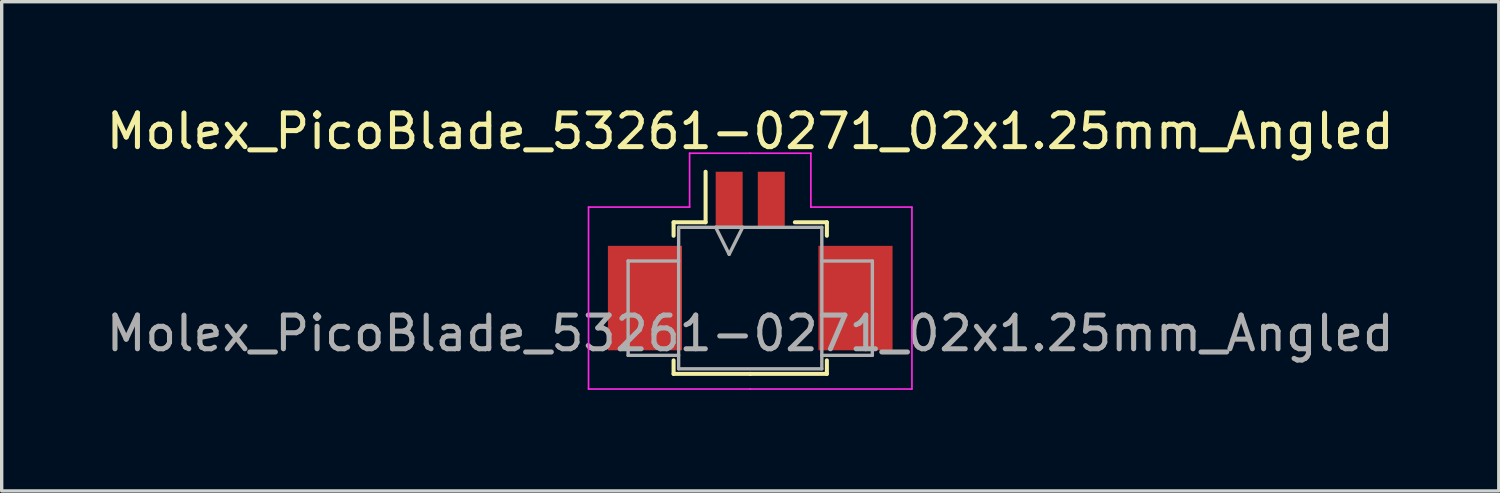
<source format=kicad_pcb>
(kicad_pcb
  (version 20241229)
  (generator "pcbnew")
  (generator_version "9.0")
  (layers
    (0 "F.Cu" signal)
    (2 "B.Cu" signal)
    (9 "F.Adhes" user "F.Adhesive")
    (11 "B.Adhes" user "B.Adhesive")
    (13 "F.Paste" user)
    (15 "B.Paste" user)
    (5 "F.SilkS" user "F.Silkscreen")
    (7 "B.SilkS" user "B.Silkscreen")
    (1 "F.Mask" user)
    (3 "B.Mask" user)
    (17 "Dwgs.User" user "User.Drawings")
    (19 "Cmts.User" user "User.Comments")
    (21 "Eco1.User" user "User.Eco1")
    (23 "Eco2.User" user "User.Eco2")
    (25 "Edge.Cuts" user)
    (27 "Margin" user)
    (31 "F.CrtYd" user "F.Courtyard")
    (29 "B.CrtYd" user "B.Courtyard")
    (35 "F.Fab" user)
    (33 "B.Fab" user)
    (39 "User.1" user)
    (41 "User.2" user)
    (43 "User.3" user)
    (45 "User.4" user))
  (footprint "Molex_PicoBlade_53261-0271_02x1.25mm_Angled"
    (layer "F.Cu")
    (at 19.22 4.348)
    (property "Reference" "Molex_PicoBlade_53261-0271_02x1.25mm_Angled" (at 0 -3.5 0) (layer "F.SilkS") (effects (font (size 1 1) (thickness 0.15))))
    (attr smd)
    (fp_line (start -2.275 -0.8) (end -2.275 -0.4) (stroke (width 0.12) (type solid)) (layer "F.SilkS"))
    (fp_line (start -2.275 3.3) (end -2.275 3.7) (stroke (width 0.12) (type solid)) (layer "F.SilkS"))
    (fp_line (start -2.275 3.7) (end 0 3.7) (stroke (width 0.12) (type solid)) (layer "F.SilkS"))
    (fp_line (start -1.325 -0.8) (end -2.275 -0.8) (stroke (width 0.12) (type solid)) (layer "F.SilkS"))
    (fp_line (start -1.325 -0.8) (end -1.325 -2.3) (stroke (width 0.12) (type solid)) (layer "F.SilkS"))
    (fp_line (start 1.325 -0.8) (end 2.275 -0.8) (stroke (width 0.12) (type solid)) (layer "F.SilkS"))
    (fp_line (start 2.275 -0.8) (end 2.275 -0.4) (stroke (width 0.12) (type solid)) (layer "F.SilkS"))
    (fp_line (start 2.275 3.3) (end 2.275 3.7) (stroke (width 0.12) (type solid)) (layer "F.SilkS"))
    (fp_line (start 2.275 3.7) (end 0 3.7) (stroke (width 0.12) (type solid)) (layer "F.SilkS"))
    (fp_line (start -4.8 -1.25) (end -4.8 4.15) (stroke (width 0.05) (type solid)) (layer "F.CrtYd"))
    (fp_line (start -4.8 4.15) (end 0 4.15) (stroke (width 0.05) (type solid)) (layer "F.CrtYd"))
    (fp_line (start -1.8 -2.85) (end -1.8 -1.25) (stroke (width 0.05) (type solid)) (layer "F.CrtYd"))
    (fp_line (start -1.8 -1.25) (end -4.8 -1.25) (stroke (width 0.05) (type solid)) (layer "F.CrtYd"))
    (fp_line (start 0 -2.85) (end -1.8 -2.85) (stroke (width 0.05) (type solid)) (layer "F.CrtYd"))
    (fp_line (start 0 -2.85) (end 1.8 -2.85) (stroke (width 0.05) (type solid)) (layer "F.CrtYd"))
    (fp_line (start 1.8 -2.85) (end 1.8 -1.25) (stroke (width 0.05) (type solid)) (layer "F.CrtYd"))
    (fp_line (start 1.8 -1.25) (end 4.8 -1.25) (stroke (width 0.05) (type solid)) (layer "F.CrtYd"))
    (fp_line (start 4.8 -1.25) (end 4.8 4.15) (stroke (width 0.05) (type solid)) (layer "F.CrtYd"))
    (fp_line (start 4.8 4.15) (end 0 4.15) (stroke (width 0.05) (type solid)) (layer "F.CrtYd"))
    (fp_line (start -3.625 0.35) (end -3.625 3.15) (stroke (width 0.1) (type solid)) (layer "F.Fab"))
    (fp_line (start -3.625 3.15) (end -2.125 3.15) (stroke (width 0.1) (type solid)) (layer "F.Fab"))
    (fp_line (start -2.125 -0.65) (end 2.125 -0.65) (stroke (width 0.1) (type solid)) (layer "F.Fab"))
    (fp_line (start -2.125 0.35) (end -3.625 0.35) (stroke (width 0.1) (type solid)) (layer "F.Fab"))
    (fp_line (start -2.125 3.55) (end -2.125 -0.65) (stroke (width 0.1) (type solid)) (layer "F.Fab"))
    (fp_line (start -1.025 -0.65) (end -0.625 0.15) (stroke (width 0.1) (type solid)) (layer "F.Fab"))
    (fp_line (start -0.625 0.15) (end -0.225 -0.65) (stroke (width 0.1) (type solid)) (layer "F.Fab"))
    (fp_line (start -0.225 -0.65) (end -1.025 -0.65) (stroke (width 0.1) (type solid)) (layer "F.Fab"))
    (fp_line (start 2.125 -0.65) (end 2.125 3.55) (stroke (width 0.1) (type solid)) (layer "F.Fab"))
    (fp_line (start 2.125 0.35) (end 3.625 0.35) (stroke (width 0.1) (type solid)) (layer "F.Fab"))
    (fp_line (start 2.125 3.55) (end -2.125 3.55) (stroke (width 0.1) (type solid)) (layer "F.Fab"))
    (fp_line (start 3.625 0.35) (end 3.625 3.15) (stroke (width 0.1) (type solid)) (layer "F.Fab"))
    (fp_line (start 3.625 3.15) (end 2.125 3.15) (stroke (width 0.1) (type solid)) (layer "F.Fab"))
    (fp_text user "${REFERENCE}" (at 0 2.5 0) (layer "F.Fab") (effects (font (size 1 1) (thickness 0.15))))
    (pad "" smd rect (at -3.125 1.45) (size 2.2 3.1) (layers "F.Cu" "F.Mask" "F.Paste"))
    (pad "" smd rect (at 3.125 1.45) (size 2.2 3.1) (layers "F.Cu" "F.Mask" "F.Paste"))
    (pad "1" smd rect (at -0.625 -1.45) (size 0.8 1.7) (layers "F.Cu" "F.Mask" "F.Paste"))
    (pad "2" smd rect (at 0.625 -1.45) (size 0.8 1.7) (layers "F.Cu" "F.Mask" "F.Paste")))
  (gr_rect
    (start -3 -3)
    (end 41.44 11.523)
    (stroke (width 0.1) (type default))
    (fill no)
    (layer "Edge.Cuts")))
</source>
